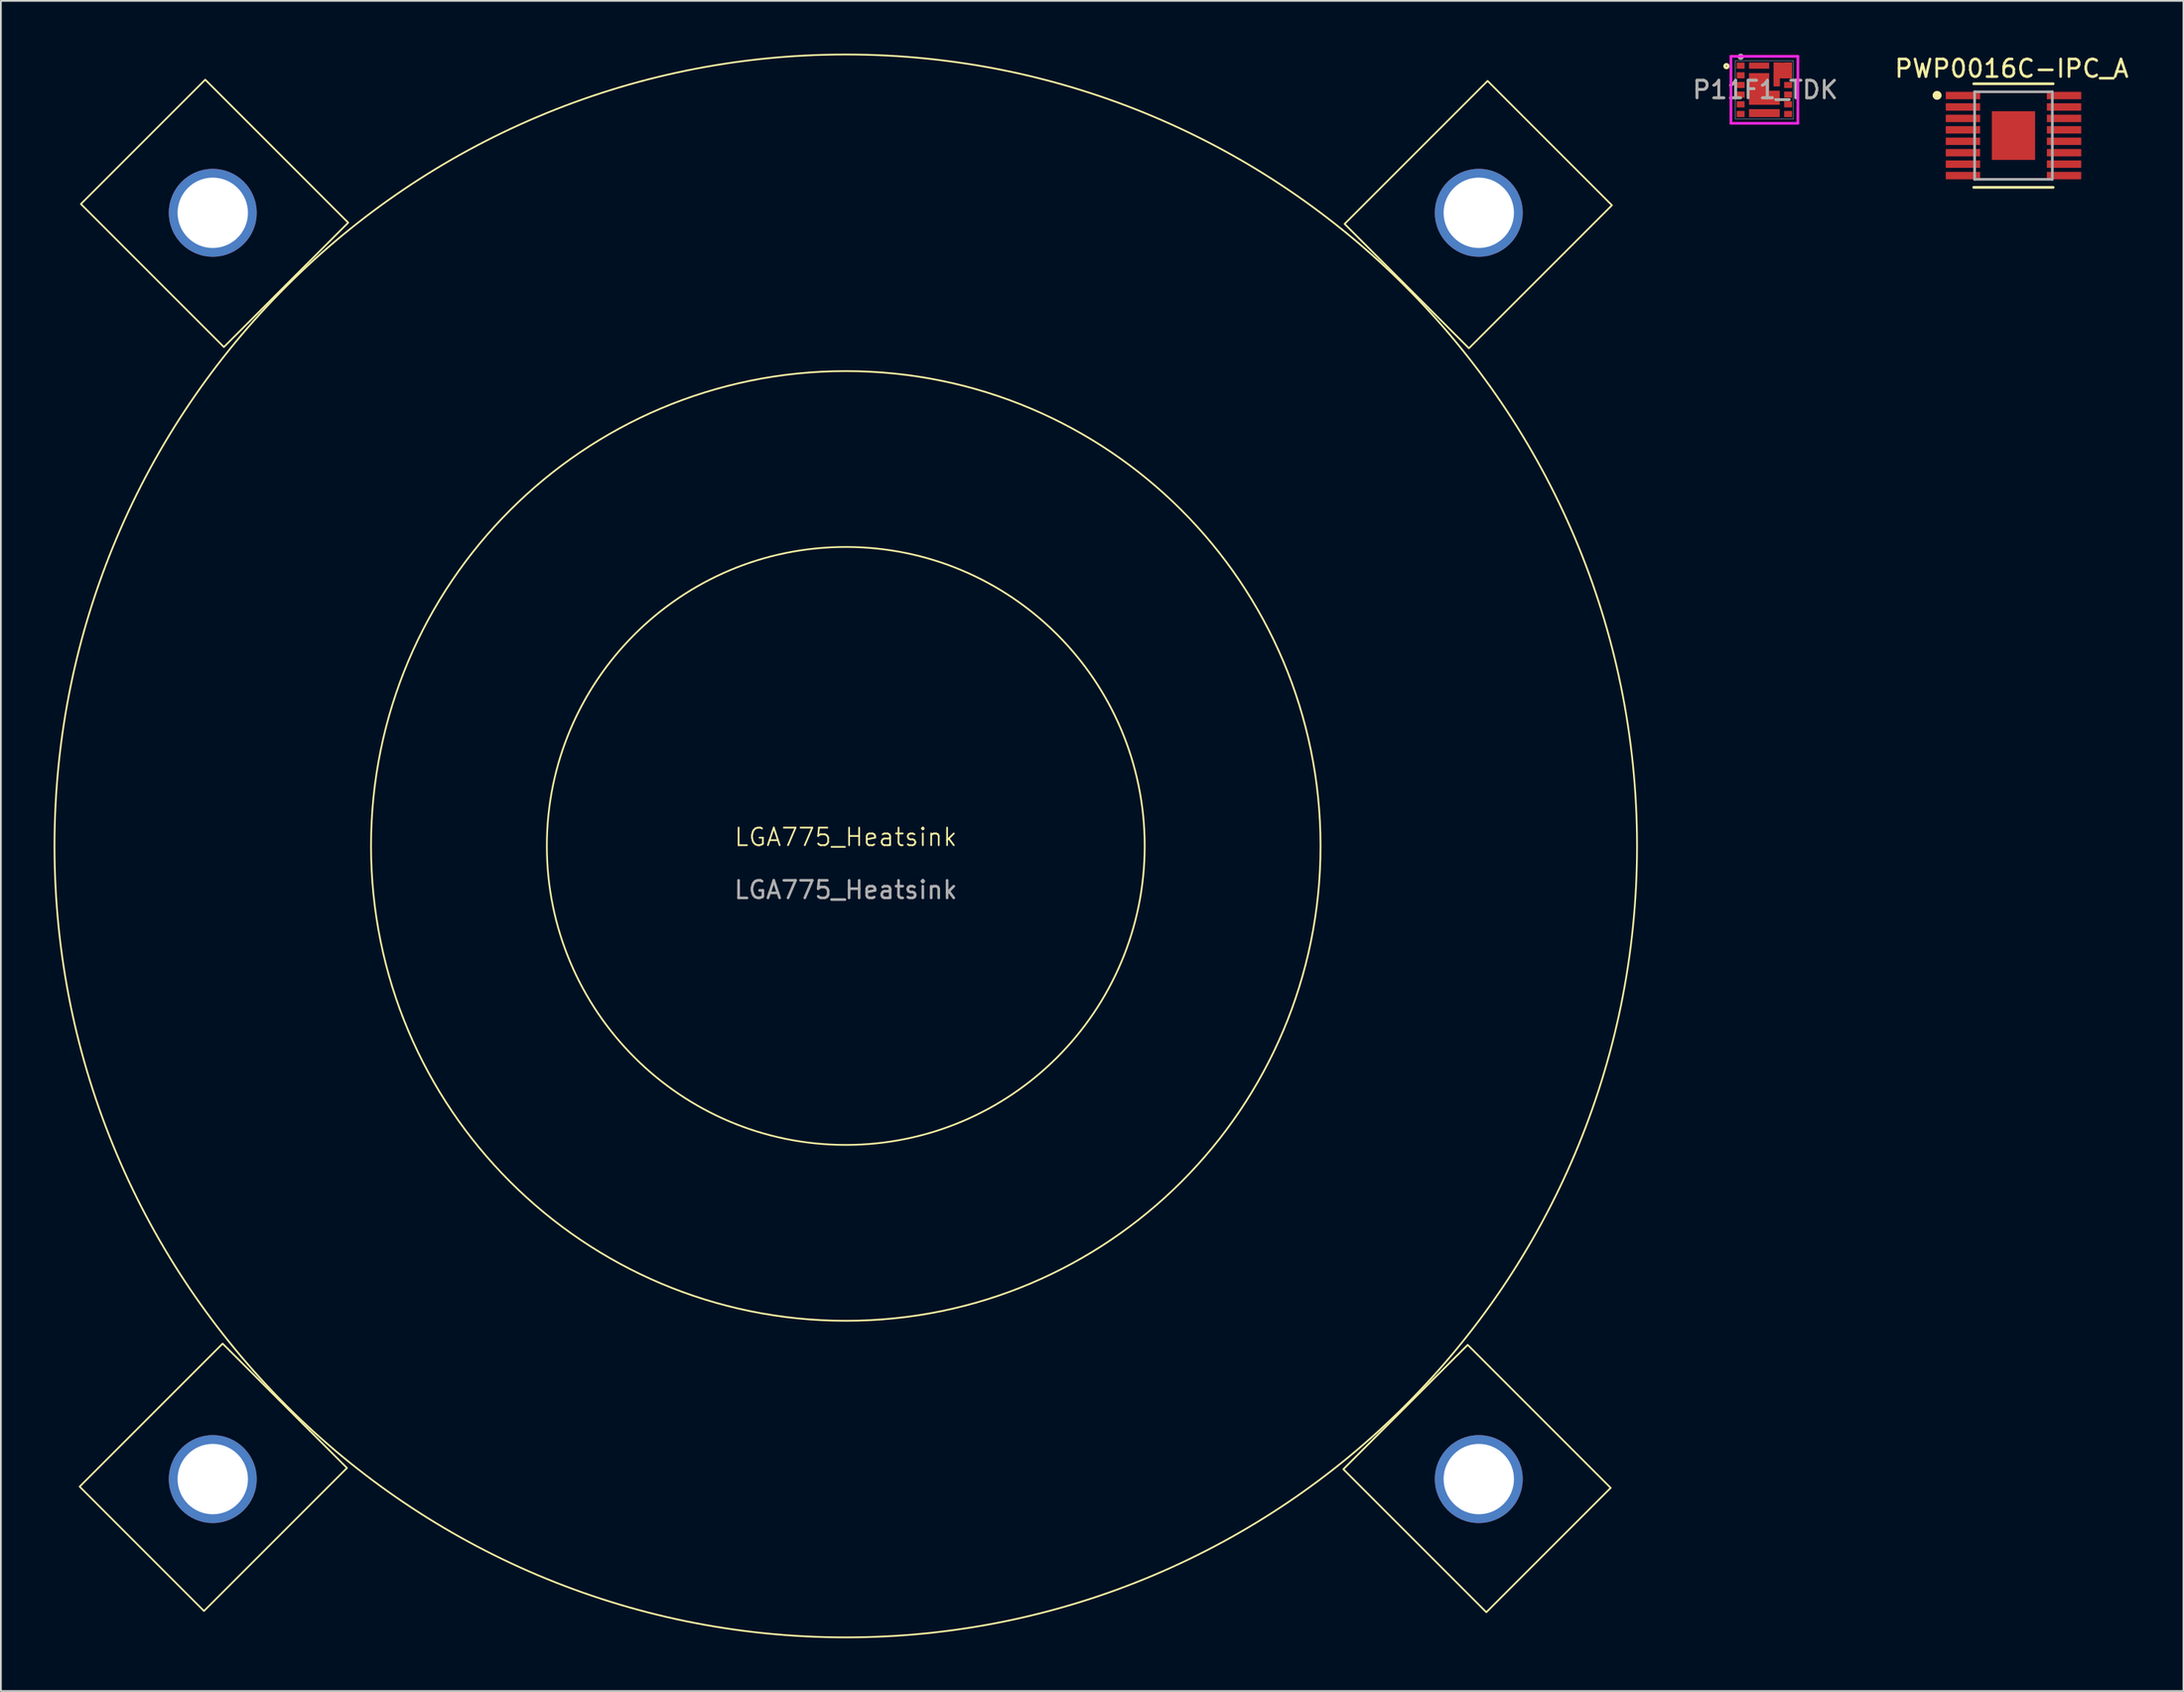
<source format=kicad_pcb>
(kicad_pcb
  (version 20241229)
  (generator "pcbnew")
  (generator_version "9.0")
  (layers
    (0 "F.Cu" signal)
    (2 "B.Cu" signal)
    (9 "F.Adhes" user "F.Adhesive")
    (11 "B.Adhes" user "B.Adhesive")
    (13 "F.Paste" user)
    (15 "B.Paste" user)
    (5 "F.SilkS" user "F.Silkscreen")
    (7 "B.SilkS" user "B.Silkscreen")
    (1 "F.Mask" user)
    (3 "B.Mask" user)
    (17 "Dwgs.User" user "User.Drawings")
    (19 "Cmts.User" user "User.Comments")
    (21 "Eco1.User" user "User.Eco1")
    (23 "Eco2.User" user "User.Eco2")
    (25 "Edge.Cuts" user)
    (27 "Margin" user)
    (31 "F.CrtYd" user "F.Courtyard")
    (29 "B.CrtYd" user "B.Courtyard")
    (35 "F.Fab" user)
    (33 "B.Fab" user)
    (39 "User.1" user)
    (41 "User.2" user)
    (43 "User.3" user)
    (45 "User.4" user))
  (footprint "PWP0016C-IPC_A"
    (layer "F.Cu")
    (at 111.458 4.658)
    (property "Reference" "PWP0016C-IPC_A" (at -0.102 -3.81 0) (layer "F.SilkS") (effects (font (size 1 1) (thickness 0.15))))
    (attr smd)
    (fp_line (start -2.261 -2.946) (end 2.261 -2.946) (stroke (width 0.152) (type solid)) (layer "F.SilkS"))
    (fp_line (start -2.261 2.946) (end 2.261 2.946) (stroke (width 0.152) (type solid)) (layer "F.SilkS"))
    (fp_arc (start -4.4704 -2.286) (mid -4.3434 -2.413) (end -4.2164 -2.286) (stroke (width 0.254) (type solid)) (layer "F.SilkS"))
    (fp_arc (start -4.2164 -2.286) (mid -4.3434 -2.159) (end -4.4704 -2.286) (stroke (width 0.254) (type solid)) (layer "F.SilkS"))
    (fp_poly (pts (xy -0.752 0.907) (xy 0.752 0.907) (xy 0.752 -0.907) (xy -0.752 -0.907)) (stroke (width 0.025) (type solid)) (fill yes) (layer "F.Paste"))
    (fp_line (start -2.21 -2.489) (end 2.21 -2.489) (stroke (width 0.152) (type solid)) (layer "F.Fab"))
    (fp_line (start -2.21 2.489) (end -2.21 -2.489) (stroke (width 0.152) (type solid)) (layer "F.Fab"))
    (fp_line (start -2.21 2.489) (end 2.21 2.489) (stroke (width 0.152) (type solid)) (layer "F.Fab"))
    (fp_line (start 2.21 2.489) (end 2.21 -2.489) (stroke (width 0.152) (type solid)) (layer "F.Fab"))
    (pad "1" smd rect (at -2.875 -2.275) (size 1.955 0.421) (layers "F.Cu" "F.Mask" "F.Paste"))
    (pad "2" smd rect (at -2.875 -1.625) (size 1.955 0.421) (layers "F.Cu" "F.Mask" "F.Paste"))
    (pad "3" smd rect (at -2.875 -0.975) (size 1.955 0.421) (layers "F.Cu" "F.Mask" "F.Paste"))
    (pad "4" smd rect (at -2.875 -0.325) (size 1.955 0.421) (layers "F.Cu" "F.Mask" "F.Paste"))
    (pad "5" smd rect (at -2.875 0.325) (size 1.955 0.421) (layers "F.Cu" "F.Mask" "F.Paste"))
    (pad "6" smd rect (at -2.875 0.975) (size 1.955 0.421) (layers "F.Cu" "F.Mask" "F.Paste"))
    (pad "7" smd rect (at -2.875 1.625) (size 1.955 0.421) (layers "F.Cu" "F.Mask" "F.Paste"))
    (pad "8" smd rect (at -2.875 2.275) (size 1.955 0.421) (layers "F.Cu" "F.Mask" "F.Paste"))
    (pad "9" smd rect (at 2.875 2.275) (size 1.955 0.421) (layers "F.Cu" "F.Mask" "F.Paste"))
    (pad "10" smd rect (at 2.875 1.625) (size 1.955 0.421) (layers "F.Cu" "F.Mask" "F.Paste"))
    (pad "11" smd rect (at 2.875 0.975) (size 1.955 0.421) (layers "F.Cu" "F.Mask" "F.Paste"))
    (pad "12" smd rect (at 2.875 0.325) (size 1.955 0.421) (layers "F.Cu" "F.Mask" "F.Paste"))
    (pad "13" smd rect (at 2.875 -0.325) (size 1.955 0.421) (layers "F.Cu" "F.Mask" "F.Paste"))
    (pad "14" smd rect (at 2.875 -0.975) (size 1.955 0.421) (layers "F.Cu" "F.Mask" "F.Paste"))
    (pad "15" smd rect (at 2.875 -1.625) (size 1.955 0.421) (layers "F.Cu" "F.Mask" "F.Paste"))
    (pad "16" smd rect (at 2.875 -2.275) (size 1.955 0.421) (layers "F.Cu" "F.Mask" "F.Paste"))
    (pad "17" smd rect (at 0 0) (size 2.46 2.77) (layers "F.Cu" "F.Mask")))
  (footprint "LGA775_Heatsink"
    (layer "F.Cu")
    (at 45.05 45.05)
    (property "Reference" "LGA775_Heatsink" (at 0 -0.5 0) (unlocked yes) (layer "F.SilkS") (effects (font (size 1 1) (thickness 0.1))))
    (attr smd)
    (fp_circle (center 0 0) (end 17 0) (stroke (width 0.1) (type default)) (fill no) (layer "F.SilkS"))
    (fp_circle (center 0 0) (end 27 0) (stroke (width 0.1) (type default)) (fill no) (layer "F.SilkS"))
    (fp_circle (center 0 0) (end 45 0) (stroke (width 0.1) (type default)) (fill no) (layer "F.SilkS"))
    (fp_poly (pts (xy -35.368 -28.368) (xy -43.5 -36.5) (xy -36.429 -43.571) (xy -28.297 -35.439)) (stroke (width 0.1) (type default)) (fill no) (layer "F.SilkS"))
    (fp_poly (pts (xy -28.368 35.368) (xy -36.5 43.5) (xy -43.571 36.429) (xy -35.439 28.297)) (stroke (width 0.1) (type default)) (fill no) (layer "F.SilkS"))
    (fp_poly (pts (xy 28.368 -35.368) (xy 36.5 -43.5) (xy 43.571 -36.429) (xy 35.439 -28.297)) (stroke (width 0.1) (type default)) (fill no) (layer "F.SilkS"))
    (fp_poly (pts (xy 35.368 28.368) (xy 43.5 36.5) (xy 36.429 43.571) (xy 28.297 35.439)) (stroke (width 0.1) (type default)) (fill no) (layer "F.SilkS"))
    (fp_text user "${REFERENCE}" (at 0 2.5 0) (unlocked yes) (layer "F.Fab") (effects (font (size 1 1) (thickness 0.15))))
    (pad "1" thru_hole circle (at -36 -36) (size 5 5) (drill 4) (layers "*.Cu" "*.Mask"))
    (pad "2" thru_hole circle (at 36 -36) (size 5 5) (drill 4) (layers "*.Cu" "*.Mask"))
    (pad "3" thru_hole circle (at -36 36) (size 5 5) (drill 4) (layers "*.Cu" "*.Mask"))
    (pad "4" thru_hole circle (at 36 36) (size 5 5) (drill 4) (layers "*.Cu" "*.Mask")))
  (footprint "P11F1_TDK"
    (layer "F.Cu")
    (at 97.292 2.057)
    (property "Reference" "P11F1_TDK" (at 0.052 0 0) (unlocked yes) (layer "F.SilkS") (effects (font (size 1 1) (thickness 0.15))))
    (attr smd)
    (fp_poly (pts (xy -0.875 -0.95) (xy 0.275 -0.95) (xy 0.275 0.05) (xy 0.875 0.05) (xy 0.875 0.85) (xy -0.875 0.85)) (stroke (width 0) (type solid)) (fill yes) (layer "F.Cu"))
    (fp_poly (pts (xy 0.525 -1.55) (xy 1.575 -1.55) (xy 1.575 -0.65) (xy 0.875 -0.65) (xy 0.875 -0.2) (xy 0.525 -0.2)) (stroke (width 0) (type solid)) (fill yes) (layer "F.Cu"))
    (fp_poly (pts (xy -1.65 -1.6) (xy -1.05 -1.6) (xy -1.05 -1.15) (xy -1.65 -1.15)) (stroke (width 0) (type solid)) (fill yes) (layer "F.Mask"))
    (fp_poly (pts (xy -1.65 -1.05) (xy -1.05 -1.05) (xy -1.05 -0.6) (xy -1.65 -0.6)) (stroke (width 0) (type solid)) (fill yes) (layer "F.Mask"))
    (fp_poly (pts (xy -1.65 -0.5) (xy -1.05 -0.5) (xy -1.05 -0.05) (xy -1.65 -0.05)) (stroke (width 0) (type solid)) (fill yes) (layer "F.Mask"))
    (fp_poly (pts (xy -1.65 0.05) (xy -1.05 0.05) (xy -1.05 0.5) (xy -1.65 0.5)) (stroke (width 0) (type solid)) (fill yes) (layer "F.Mask"))
    (fp_poly (pts (xy -1.65 0.6) (xy -1.05 0.6) (xy -1.05 1.05) (xy -1.65 1.05)) (stroke (width 0) (type solid)) (fill yes) (layer "F.Mask"))
    (fp_poly (pts (xy -1.65 1.15) (xy -1.05 1.15) (xy -1.05 1.6) (xy -1.65 1.6)) (stroke (width 0) (type solid)) (fill yes) (layer "F.Mask"))
    (fp_poly (pts (xy -0.95 -1.625) (xy 0.35 -1.625) (xy 0.35 -1.125) (xy -0.95 -1.125)) (stroke (width 0) (type solid)) (fill yes) (layer "F.Mask"))
    (fp_poly (pts (xy -0.95 1.025) (xy -0.95 1.625) (xy 0.95 1.625) (xy 0.95 1.025)) (stroke (width 0) (type solid)) (fill yes) (layer "F.Mask"))
    (fp_poly (pts (xy 1.05 -0.5) (xy 1.65 -0.5) (xy 1.65 -0.05) (xy 1.05 -0.05)) (stroke (width 0) (type solid)) (fill yes) (layer "F.Mask"))
    (fp_poly (pts (xy 1.05 0.05) (xy 1.65 0.05) (xy 1.65 0.5) (xy 1.05 0.5)) (stroke (width 0) (type solid)) (fill yes) (layer "F.Mask"))
    (fp_poly (pts (xy 1.05 0.6) (xy 1.65 0.6) (xy 1.65 1.05) (xy 1.05 1.05)) (stroke (width 0) (type solid)) (fill yes) (layer "F.Mask"))
    (fp_poly (pts (xy 1.05 1.15) (xy 1.65 1.15) (xy 1.65 1.6) (xy 1.05 1.6)) (stroke (width 0) (type solid)) (fill yes) (layer "F.Mask"))
    (fp_poly (pts (xy -0.95 -1.025) (xy -0.95 0.925) (xy 0.95 0.925) (xy 0.95 -0.025) (xy 0.35 -0.025) (xy 0.35 -1.025)) (stroke (width 0) (type solid)) (fill yes) (layer "F.Mask"))
    (fp_poly (pts (xy 0.45 -1.625) (xy 1.65 -1.625) (xy 1.65 -0.6) (xy 0.95 -0.6) (xy 0.95 -0.125) (xy 0.45 -0.125)) (stroke (width 0) (type solid)) (fill yes) (layer "F.Mask"))
    (fp_circle (center -2.158 -1.346) (end -2.056 -1.346) (stroke (width 0.152) (type solid)) (fill no) (layer "F.SilkS"))
    (fp_poly (pts (xy -0.795 1.15) (xy -0.075 1.15) (xy -0.075 1.5) (xy -0.795 1.5)) (stroke (width 0) (type solid)) (fill yes) (layer "F.Paste"))
    (fp_poly (pts (xy -0.76 0.175) (xy -0.11 0.175) (xy -0.11 0.725) (xy -0.76 0.725)) (stroke (width 0) (type solid)) (fill yes) (layer "F.Paste"))
    (fp_poly (pts (xy -0.725 -0.8) (xy 0.125 -0.8) (xy 0.125 -0.15) (xy -0.725 -0.15)) (stroke (width 0) (type solid)) (fill yes) (layer "F.Paste"))
    (fp_poly (pts (xy 0.075 1.15) (xy 0.795 1.15) (xy 0.795 1.5) (xy 0.075 1.5)) (stroke (width 0) (type solid)) (fill yes) (layer "F.Paste"))
    (fp_poly (pts (xy 0.11 0.725) (xy 0.76 0.725) (xy 0.76 0.175) (xy 0.11 0.175)) (stroke (width 0) (type solid)) (fill yes) (layer "F.Paste"))
    (fp_poly (pts (xy 0.85 -1.525) (xy 0.55 -1.525) (xy 0.55 -0.225) (xy 0.85 -0.225)) (stroke (width 0) (type solid)) (fill yes) (layer "F.Paste"))
    (fp_line (start -1.904 -1.904) (end -1.904 1.904) (stroke (width 0.152) (type solid)) (layer "F.CrtYd"))
    (fp_line (start -1.904 1.904) (end 1.904 1.904) (stroke (width 0.152) (type solid)) (layer "F.CrtYd"))
    (fp_line (start 1.904 1.904) (end 1.906 -1.904) (stroke (width 0.152) (type solid)) (layer "F.CrtYd"))
    (fp_line (start 1.906 -1.904) (end -1.904 -1.904) (stroke (width 0.152) (type solid)) (layer "F.CrtYd"))
    (fp_line (start -1.65 -1.65) (end -1.65 1.65) (stroke (width 0.025) (type solid)) (layer "F.Fab"))
    (fp_line (start -1.65 1.65) (end 1.65 1.65) (stroke (width 0.025) (type solid)) (layer "F.Fab"))
    (fp_line (start 1.65 -1.65) (end -1.65 -1.65) (stroke (width 0.025) (type solid)) (layer "F.Fab"))
    (fp_line (start 1.65 1.65) (end 1.65 -1.65) (stroke (width 0.025) (type solid)) (layer "F.Fab"))
    (fp_circle (center -1.345 -1.88) (end -1.243 -1.88) (stroke (width 0.152) (type solid)) (fill no) (layer "F.Fab"))
    (fp_text user "${REFERENCE}" (at 0.052 0 0) (unlocked yes) (layer "F.Fab") (effects (font (size 1 1) (thickness 0.15))))
    (pad "1" smd rect (at -1.35 -1.375) (size 0.45 0.35) (layers "F.Cu" "F.Paste"))
    (pad "2" smd rect (at -1.35 -0.825) (size 0.45 0.35) (layers "F.Cu" "F.Paste"))
    (pad "3" smd rect (at -1.35 -0.275) (size 0.45 0.35) (layers "F.Cu" "F.Paste"))
    (pad "4" smd rect (at -1.35 0.275) (size 0.45 0.35) (layers "F.Cu" "F.Paste"))
    (pad "5" smd rect (at -1.35 0.825) (size 0.45 0.35) (layers "F.Cu" "F.Paste"))
    (pad "6" smd rect (at -1.35 1.375) (size 0.45 0.35) (layers "F.Cu" "F.Paste"))
    (pad "7" smd rect (at 0 1.325) (size 1.75 0.45) (layers "F.Cu"))
    (pad "8" smd rect (at 1.35 1.375) (size 0.45 0.35) (layers "F.Cu" "F.Paste"))
    (pad "9" smd rect (at 1.35 0.825) (size 0.45 0.35) (layers "F.Cu" "F.Paste"))
    (pad "10" smd rect (at 1.35 0.275) (size 0.45 0.35) (layers "F.Cu" "F.Paste"))
    (pad "11" smd rect (at 1.35 -0.275) (size 0.45 0.35) (layers "F.Cu" "F.Paste"))
    (pad "12" smd rect (at 1.35 -0.825) (size 0.45 0.35) (layers "F.Cu" "F.Paste"))
    (pad "13" smd rect (at 1.35 -1.375) (size 0.45 0.35) (layers "F.Cu" "F.Paste"))
    (pad "14" smd rect (at 0.7 -1.375) (size 0.35 0.35) (layers "F.Cu"))
    (pad "15" smd rect (at -0.3 -1.375) (size 1.15 0.35) (layers "F.Cu" "F.Paste"))
    (pad "16" smd rect (at -0.3 -0.475) (size 0.127 0.127) (layers "F.Cu" "F.Mask" "F.Paste"))
    (pad "17" smd rect (at 0.7 -0.594) (size 0.35 0.787) (layers "F.Cu")))
  (gr_rect
    (start -3 -3)
    (end 121.124 93.1)
    (stroke (width 0.1) (type default))
    (fill no)
    (layer "Edge.Cuts")))
</source>
